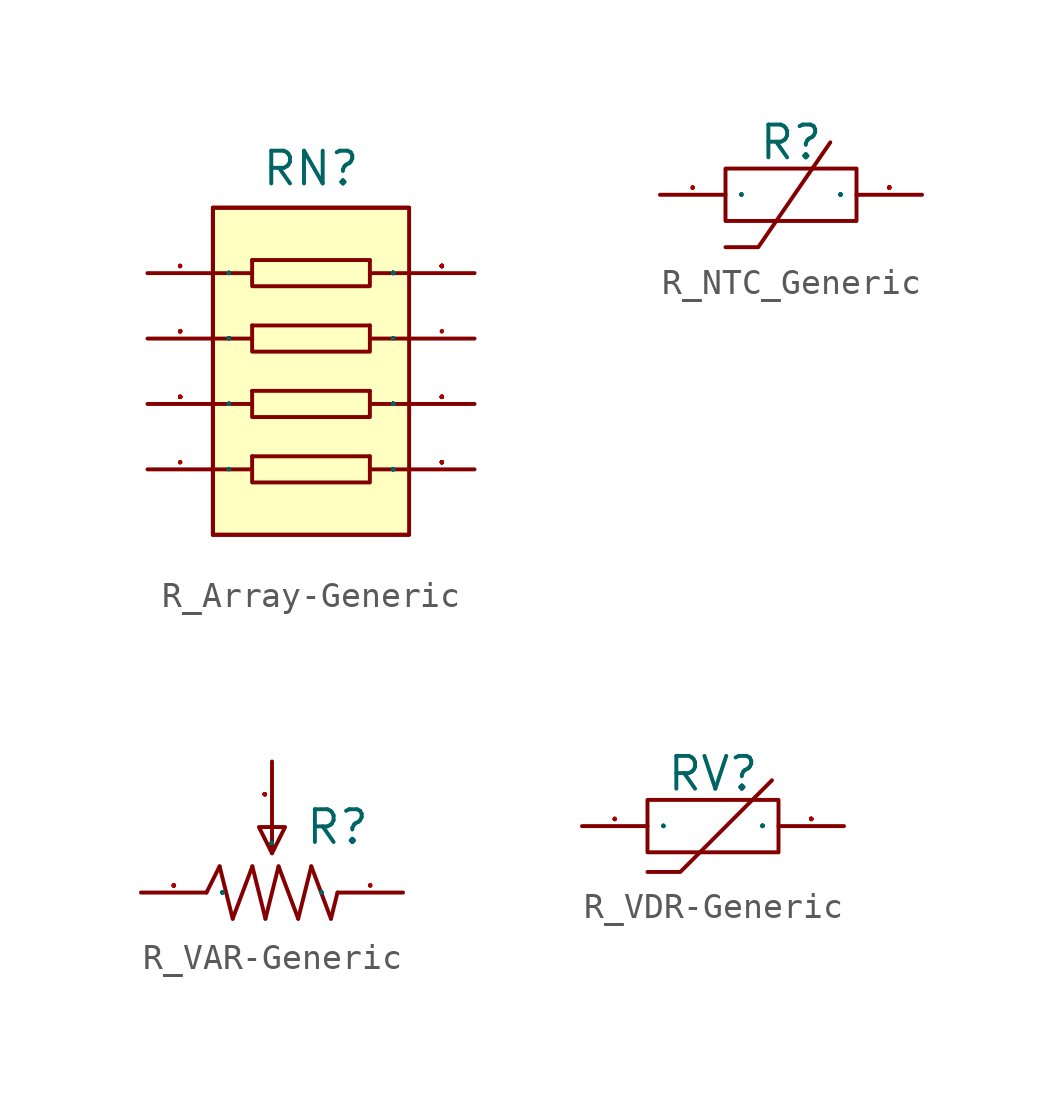
<source format=kicad_sym>
(kicad_symbol_lib
  (version 20241209)
  (generator "kicad_symbol_editor")
  (generator_version "9.0")
  (symbol "R_Array-Generic"
    (property "Reference" "RN"
      (at 0 7.874 0)
      (effects (font (size 1.27 1.27))))
    (symbol "R_Array-Generic_0_1"
      (rectangle (start -3.81 6.35) (end 3.81 -6.35) (stroke (width 0) (type default)) (fill (type background))))
    (symbol "R_Array-Generic_1_0"
      (polyline (pts (xy -3.81 6.35) (xy -3.81 -6.35)) (stroke (width 0) (type default)) (fill (type background)))
      (polyline (pts (xy -3.81 6.35) (xy 3.81 6.35)) (stroke (width 0) (type default)) (fill (type background)))
      (polyline (pts (xy -3.81 3.81) (xy -2.286 3.81)) (stroke (width 0) (type default)) (fill (type none)))
      (polyline (pts (xy -3.81 1.27) (xy -2.286 1.27)) (stroke (width 0) (type default)) (fill (type none)))
      (polyline (pts (xy -3.81 -1.27) (xy -2.286 -1.27)) (stroke (width 0) (type default)) (fill (type none)))
      (polyline (pts (xy -3.81 -3.81) (xy -2.286 -3.81)) (stroke (width 0) (type default)) (fill (type none)))
      (polyline (pts (xy -3.81 -6.35) (xy 3.81 -6.35)) (stroke (width 0) (type default)) (fill (type background)))
      (polyline (pts (xy -2.286 4.318) (xy 2.286 4.318)) (stroke (width 0) (type default)) (fill (type none)))
      (polyline (pts (xy -2.286 4.318) (xy -2.286 3.302) (xy -2.286 3.302) (xy 2.286 3.302) (xy 2.286 3.302) (xy 2.286 4.318)) (stroke (width 0) (type default)) (fill (type none)))
      (polyline (pts (xy -2.286 1.778) (xy 2.286 1.778)) (stroke (width 0) (type default)) (fill (type none)))
      (polyline (pts (xy -2.286 1.778) (xy -2.286 0.762) (xy -2.286 0.762) (xy 2.286 0.762) (xy 2.286 0.762) (xy 2.286 1.778)) (stroke (width 0) (type default)) (fill (type none)))
      (polyline (pts (xy -2.286 -0.762) (xy 2.286 -0.762)) (stroke (width 0) (type default)) (fill (type none)))
      (polyline (pts (xy -2.286 -0.762) (xy -2.286 -1.778) (xy -2.286 -1.778) (xy 2.286 -1.778) (xy 2.286 -1.778) (xy 2.286 -0.762)) (stroke (width 0) (type default)) (fill (type none)))
      (polyline (pts (xy -2.286 -3.302) (xy 2.286 -3.302)) (stroke (width 0) (type default)) (fill (type none)))
      (polyline (pts (xy -2.286 -3.302) (xy -2.286 -4.318) (xy -2.286 -4.318) (xy 2.286 -4.318) (xy 2.286 -4.318) (xy 2.286 -3.302)) (stroke (width 0) (type default)) (fill (type none)))
      (polyline (pts (xy 2.286 3.81) (xy 3.81 3.81)) (stroke (width 0) (type default)) (fill (type none)))
      (polyline (pts (xy 2.286 1.27) (xy 3.81 1.27)) (stroke (width 0) (type default)) (fill (type none)))
      (polyline (pts (xy 2.286 -1.27) (xy 3.81 -1.27)) (stroke (width 0) (type default)) (fill (type none)))
      (polyline (pts (xy 2.286 -3.81) (xy 3.81 -3.81)) (stroke (width 0) (type default)) (fill (type none)))
      (pin passive line (at -6.35 3.81 0) (length 2.54) (name "1" (effects (font (size 0.025 0.025)))) (number "1" (effects (font (size 0.025 0.025)))))
      (pin passive line (at -6.35 1.27 0) (length 2.54) (name "2" (effects (font (size 0.025 0.025)))) (number "2" (effects (font (size 0.025 0.025)))))
      (pin passive line (at -6.35 -1.27 0) (length 2.54) (name "3" (effects (font (size 0.025 0.025)))) (number "3" (effects (font (size 0.025 0.025)))))
      (pin passive line (at -6.35 -3.81 0) (length 2.54) (name "4" (effects (font (size 0.025 0.025)))) (number "4" (effects (font (size 0.025 0.025)))))
      (pin passive line (at 6.35 3.81 180) (length 2.54) (name "8" (effects (font (size 0.025 0.025)))) (number "8" (effects (font (size 0.025 0.025)))))
      (pin passive line (at 6.35 1.27 180) (length 2.54) (name "7" (effects (font (size 0.025 0.025)))) (number "7" (effects (font (size 0.025 0.025)))))
      (pin passive line (at 6.35 -1.27 180) (length 2.54) (name "6" (effects (font (size 0.025 0.025)))) (number "6" (effects (font (size 0.025 0.025)))))
      (pin passive line (at 6.35 -3.81 180) (length 2.54) (name "5" (effects (font (size 0.025 0.025)))) (number "5" (effects (font (size 0.025 0.025)))))))
  (symbol "R_NTC_Generic"
    (property "Reference" "R"
      (at 0 2.032 0)
      (effects (font (size 1.27 1.27))))
    (property "Value" ""
      (at 0 0 0)
      (effects (font (size 1.27 1.27))))
    (symbol "R_NTC_Generic_1_0"
      (rectangle (start -2.54 1.016) (end 2.54 -1.016) (stroke (width 0) (type default)) (fill (type none)))
      (polyline (pts (xy 1.524 2.032) (xy -1.27 -2.032) (xy -1.27 -2.032) (xy -2.54 -2.032)) (stroke (width 0) (type default)) (fill (type none)))
      (pin passive line (at -5.08 0 0) (length 2.54) (name "1" (effects (font (size 0.025 0.025)))) (number "1" (effects (font (size 0.025 0.025)))))
      (pin passive line (at 5.08 0 180) (length 2.54) (name "2" (effects (font (size 0.025 0.025)))) (number "2" (effects (font (size 0.025 0.025)))))))
  (symbol "R_VAR-Generic"
    (property "Reference" "R"
      (at 2.54 2.54 0)
      (effects (font (size 1.27 1.27))))
    (symbol "R_VAR-Generic_1_0"
      (polyline (pts (xy -2.54 0) (xy -2.032 1.016)) (stroke (width 0) (type default)) (fill (type none)))
      (polyline (pts (xy -2.032 1.016) (xy -1.524 -1.016)) (stroke (width 0) (type default)) (fill (type none)))
      (polyline (pts (xy -1.524 -1.016) (xy -0.762 1.016)) (stroke (width 0) (type default)) (fill (type none)))
      (polyline (pts (xy -0.762 1.016) (xy -0.254 -1.016)) (stroke (width 0) (type default)) (fill (type none)))
      (polyline (pts (xy -0.508 2.54) (xy 0 1.524) (xy 0 1.524) (xy 0.508 2.54) (xy 0.508 2.54) (xy -0.508 2.54)) (stroke (width 0) (type default)) (fill (type none)))
      (polyline (pts (xy -0.254 -1.016) (xy 0.254 1.016)) (stroke (width 0) (type default)) (fill (type none)))
      (polyline (pts (xy 0 2.54) (xy 0 1.524)) (stroke (width 0) (type default)) (fill (type none)))
      (polyline (pts (xy 0.254 1.016) (xy 1.016 -1.016)) (stroke (width 0) (type default)) (fill (type none)))
      (polyline (pts (xy 1.016 -1.016) (xy 1.524 1.016)) (stroke (width 0) (type default)) (fill (type none)))
      (polyline (pts (xy 1.524 1.016) (xy 2.286 -1.016)) (stroke (width 0) (type default)) (fill (type none)))
      (polyline (pts (xy 2.286 -1.016) (xy 2.54 0)) (stroke (width 0) (type default)) (fill (type none)))
      (pin passive line (at -5.08 0 0) (length 2.54) (name "3" (effects (font (size 0.025 0.025)))) (number "3" (effects (font (size 0.025 0.025)))))
      (pin passive line (at 0 5.08 270) (length 2.54) (name "2" (effects (font (size 0.025 0.025)))) (number "2" (effects (font (size 0.025 0.025)))))
      (pin passive line (at 5.08 0 180) (length 2.54) (name "1" (effects (font (size 0.025 0.025)))) (number "1" (effects (font (size 0.025 0.025)))))))
  (symbol "R_VDR-Generic"
    (property "Reference" "RV"
      (at 0 2.032 0)
      (effects (font (size 1.27 1.27))))
    (symbol "R_VDR-Generic_1_0"
      (rectangle (start -2.54 1.016) (end 2.54 -1.016) (stroke (width 0) (type default)) (fill (type none)))
      (polyline (pts (xy -2.54 -1.778) (xy -1.27 -1.778) (xy -1.27 -1.778) (xy 2.286 1.778)) (stroke (width 0) (type default)) (fill (type none)))
      (pin passive line (at -5.08 0 0) (length 2.54) (name "1" (effects (font (size 0.025 0.025)))) (number "1" (effects (font (size 0.025 0.025)))))
      (pin passive line (at 5.08 0 180) (length 2.54) (name "2" (effects (font (size 0.025 0.025)))) (number "2" (effects (font (size 0.025 0.025))))))))
</source>
